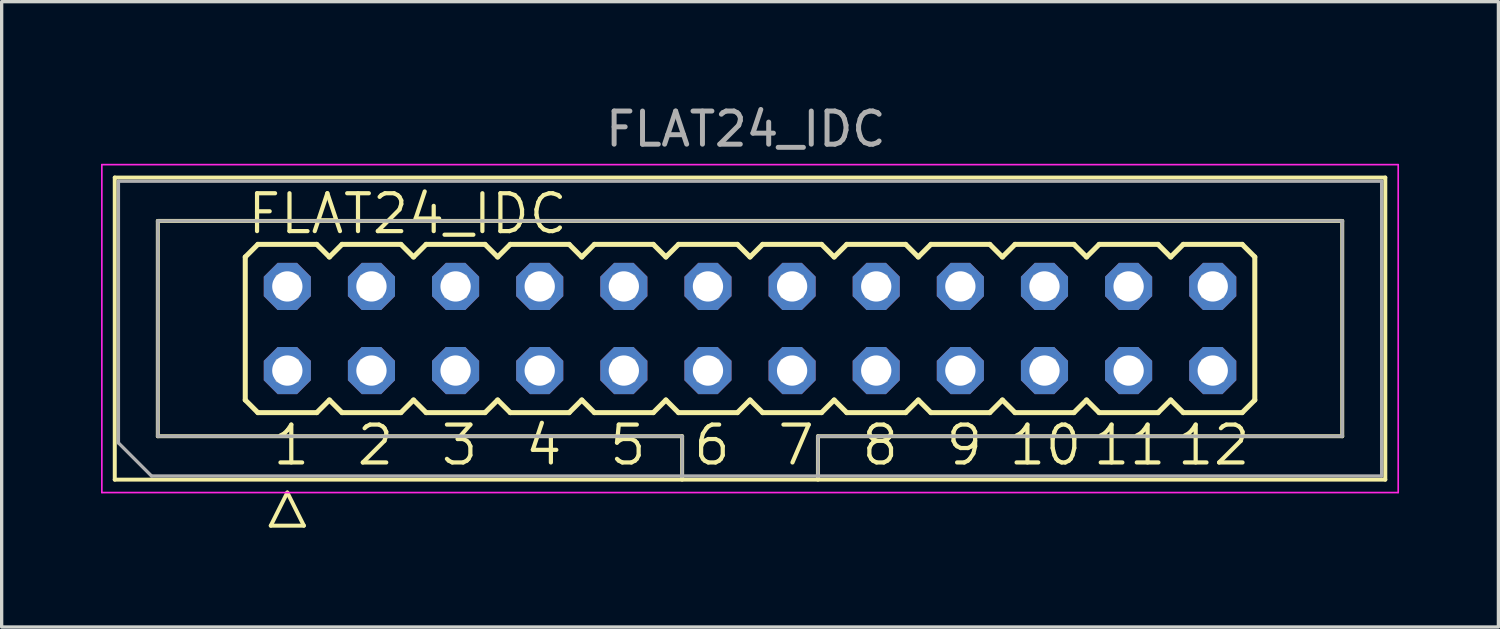
<source format=kicad_pcb>
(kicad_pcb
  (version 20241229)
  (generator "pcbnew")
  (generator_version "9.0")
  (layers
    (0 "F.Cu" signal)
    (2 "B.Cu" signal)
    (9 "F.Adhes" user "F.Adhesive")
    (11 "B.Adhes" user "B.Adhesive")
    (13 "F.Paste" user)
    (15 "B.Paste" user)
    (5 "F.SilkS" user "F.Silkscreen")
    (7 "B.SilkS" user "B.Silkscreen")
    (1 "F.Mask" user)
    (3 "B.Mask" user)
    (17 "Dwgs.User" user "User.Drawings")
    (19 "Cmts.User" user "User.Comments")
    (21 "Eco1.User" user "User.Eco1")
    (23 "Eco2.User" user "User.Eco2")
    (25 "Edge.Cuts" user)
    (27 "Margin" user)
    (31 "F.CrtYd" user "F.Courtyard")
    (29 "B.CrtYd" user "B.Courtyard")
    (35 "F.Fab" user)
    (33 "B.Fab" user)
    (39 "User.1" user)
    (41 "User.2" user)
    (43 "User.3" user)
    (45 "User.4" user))
  (footprint "FLAT24_IDC"
    (layer "F.Cu")
    (at 19.595 6.868)
    (property "Reference" "FLAT24_IDC" (at -15.24 -2.794 0) (unlocked yes) (layer "F.SilkS") (effects (font (size 1.143 1.143) (thickness 0.127)) (justify left bottom)))
    (fp_line (start -19.18 -4.557) (end 19.18 -4.557) (stroke (width 0.12) (type solid)) (layer "F.SilkS"))
    (fp_line (start -19.18 4.563) (end -19.18 -4.557) (stroke (width 0.12) (type solid)) (layer "F.SilkS"))
    (fp_line (start -17.88 -3.247) (end 17.88 -3.247) (stroke (width 0.12) (type solid)) (layer "F.SilkS"))
    (fp_line (start -17.88 3.253) (end -17.88 -3.247) (stroke (width 0.12) (type solid)) (layer "F.SilkS"))
    (fp_line (start -15.24 -2.159) (end -14.859 -2.54) (stroke (width 0.152) (type solid)) (layer "F.SilkS"))
    (fp_line (start -15.24 2.159) (end -15.24 -2.159) (stroke (width 0.152) (type solid)) (layer "F.SilkS"))
    (fp_line (start -15.24 2.159) (end -14.859 2.54) (stroke (width 0.152) (type solid)) (layer "F.SilkS"))
    (fp_line (start -14.859 -2.54) (end -13.081 -2.54) (stroke (width 0.152) (type solid)) (layer "F.SilkS"))
    (fp_line (start -14.859 2.54) (end -13.081 2.54) (stroke (width 0.152) (type solid)) (layer "F.SilkS"))
    (fp_line (start -14.47 5.953) (end -13.47 5.953) (stroke (width 0.12) (type solid)) (layer "F.SilkS"))
    (fp_line (start -13.97 4.953) (end -14.47 5.953) (stroke (width 0.12) (type solid)) (layer "F.SilkS"))
    (fp_line (start -13.47 5.953) (end -13.97 4.953) (stroke (width 0.12) (type solid)) (layer "F.SilkS"))
    (fp_line (start -13.081 -2.54) (end -12.7 -2.159) (stroke (width 0.152) (type solid)) (layer "F.SilkS"))
    (fp_line (start -12.7 -2.159) (end -12.319 -2.54) (stroke (width 0.152) (type solid)) (layer "F.SilkS"))
    (fp_line (start -12.7 2.159) (end -13.081 2.54) (stroke (width 0.152) (type solid)) (layer "F.SilkS"))
    (fp_line (start -12.7 2.159) (end -12.319 2.54) (stroke (width 0.152) (type solid)) (layer "F.SilkS"))
    (fp_line (start -12.319 -2.54) (end -10.541 -2.54) (stroke (width 0.152) (type solid)) (layer "F.SilkS"))
    (fp_line (start -10.541 2.54) (end -12.319 2.54) (stroke (width 0.152) (type solid)) (layer "F.SilkS"))
    (fp_line (start -10.16 -2.159) (end -10.541 -2.54) (stroke (width 0.152) (type solid)) (layer "F.SilkS"))
    (fp_line (start -10.16 -2.159) (end -9.779 -2.54) (stroke (width 0.152) (type solid)) (layer "F.SilkS"))
    (fp_line (start -10.16 2.159) (end -10.541 2.54) (stroke (width 0.152) (type solid)) (layer "F.SilkS"))
    (fp_line (start -10.16 2.159) (end -9.779 2.54) (stroke (width 0.152) (type solid)) (layer "F.SilkS"))
    (fp_line (start -9.779 -2.54) (end -8.001 -2.54) (stroke (width 0.152) (type solid)) (layer "F.SilkS"))
    (fp_line (start -8.001 2.54) (end -9.779 2.54) (stroke (width 0.152) (type solid)) (layer "F.SilkS"))
    (fp_line (start -8.001 2.54) (end -7.62 2.159) (stroke (width 0.152) (type solid)) (layer "F.SilkS"))
    (fp_line (start -7.62 -2.159) (end -8.001 -2.54) (stroke (width 0.152) (type solid)) (layer "F.SilkS"))
    (fp_line (start -7.62 -2.159) (end -7.239 -2.54) (stroke (width 0.152) (type solid)) (layer "F.SilkS"))
    (fp_line (start -7.62 2.159) (end -7.239 2.54) (stroke (width 0.152) (type solid)) (layer "F.SilkS"))
    (fp_line (start -7.239 -2.54) (end -5.461 -2.54) (stroke (width 0.152) (type solid)) (layer "F.SilkS"))
    (fp_line (start -5.461 2.54) (end -7.239 2.54) (stroke (width 0.152) (type solid)) (layer "F.SilkS"))
    (fp_line (start -5.461 2.54) (end -5.08 2.159) (stroke (width 0.152) (type solid)) (layer "F.SilkS"))
    (fp_line (start -5.08 -2.159) (end -5.461 -2.54) (stroke (width 0.152) (type solid)) (layer "F.SilkS"))
    (fp_line (start -5.08 -2.159) (end -4.699 -2.54) (stroke (width 0.152) (type solid)) (layer "F.SilkS"))
    (fp_line (start -5.08 2.159) (end -4.699 2.54) (stroke (width 0.152) (type solid)) (layer "F.SilkS"))
    (fp_line (start -4.699 -2.54) (end -2.921 -2.54) (stroke (width 0.152) (type solid)) (layer "F.SilkS"))
    (fp_line (start -2.921 2.54) (end -4.699 2.54) (stroke (width 0.152) (type solid)) (layer "F.SilkS"))
    (fp_line (start -2.921 2.54) (end -2.54 2.159) (stroke (width 0.152) (type solid)) (layer "F.SilkS"))
    (fp_line (start -2.54 -2.159) (end -2.921 -2.54) (stroke (width 0.152) (type solid)) (layer "F.SilkS"))
    (fp_line (start -2.54 -2.159) (end -2.159 -2.54) (stroke (width 0.152) (type solid)) (layer "F.SilkS"))
    (fp_line (start -2.54 2.159) (end -2.159 2.54) (stroke (width 0.152) (type solid)) (layer "F.SilkS"))
    (fp_line (start -2.159 -2.54) (end -0.381 -2.54) (stroke (width 0.152) (type solid)) (layer "F.SilkS"))
    (fp_line (start -2.05 3.253) (end -17.88 3.253) (stroke (width 0.12) (type solid)) (layer "F.SilkS"))
    (fp_line (start -2.05 4.563) (end -2.05 3.253) (stroke (width 0.12) (type solid)) (layer "F.SilkS"))
    (fp_line (start -0.381 2.54) (end -2.159 2.54) (stroke (width 0.152) (type solid)) (layer "F.SilkS"))
    (fp_line (start -0.381 2.54) (end 0 2.159) (stroke (width 0.152) (type solid)) (layer "F.SilkS"))
    (fp_line (start 0 -2.159) (end -0.381 -2.54) (stroke (width 0.152) (type solid)) (layer "F.SilkS"))
    (fp_line (start 0 -2.159) (end 0.381 -2.54) (stroke (width 0.152) (type solid)) (layer "F.SilkS"))
    (fp_line (start 0 2.159) (end 0.381 2.54) (stroke (width 0.152) (type solid)) (layer "F.SilkS"))
    (fp_line (start 0.381 -2.54) (end 2.159 -2.54) (stroke (width 0.152) (type solid)) (layer "F.SilkS"))
    (fp_line (start 2.05 3.253) (end 2.05 4.563) (stroke (width 0.12) (type solid)) (layer "F.SilkS"))
    (fp_line (start 2.159 2.54) (end 0.381 2.54) (stroke (width 0.152) (type solid)) (layer "F.SilkS"))
    (fp_line (start 2.159 2.54) (end 2.54 2.159) (stroke (width 0.152) (type solid)) (layer "F.SilkS"))
    (fp_line (start 2.54 -2.159) (end 2.159 -2.54) (stroke (width 0.152) (type solid)) (layer "F.SilkS"))
    (fp_line (start 2.54 -2.159) (end 2.921 -2.54) (stroke (width 0.152) (type solid)) (layer "F.SilkS"))
    (fp_line (start 2.54 2.159) (end 2.921 2.54) (stroke (width 0.152) (type solid)) (layer "F.SilkS"))
    (fp_line (start 2.921 -2.54) (end 4.699 -2.54) (stroke (width 0.152) (type solid)) (layer "F.SilkS"))
    (fp_line (start 4.699 2.54) (end 2.921 2.54) (stroke (width 0.152) (type solid)) (layer "F.SilkS"))
    (fp_line (start 4.699 2.54) (end 5.08 2.159) (stroke (width 0.152) (type solid)) (layer "F.SilkS"))
    (fp_line (start 5.08 -2.159) (end 4.699 -2.54) (stroke (width 0.152) (type solid)) (layer "F.SilkS"))
    (fp_line (start 5.08 -2.159) (end 5.461 -2.54) (stroke (width 0.152) (type solid)) (layer "F.SilkS"))
    (fp_line (start 5.08 2.159) (end 5.461 2.54) (stroke (width 0.152) (type solid)) (layer "F.SilkS"))
    (fp_line (start 5.461 -2.54) (end 7.239 -2.54) (stroke (width 0.152) (type solid)) (layer "F.SilkS"))
    (fp_line (start 7.239 2.54) (end 5.461 2.54) (stroke (width 0.152) (type solid)) (layer "F.SilkS"))
    (fp_line (start 7.239 2.54) (end 7.62 2.159) (stroke (width 0.152) (type solid)) (layer "F.SilkS"))
    (fp_line (start 7.62 -2.159) (end 7.239 -2.54) (stroke (width 0.152) (type solid)) (layer "F.SilkS"))
    (fp_line (start 7.62 -2.159) (end 8.001 -2.54) (stroke (width 0.152) (type solid)) (layer "F.SilkS"))
    (fp_line (start 7.62 2.159) (end 8.001 2.54) (stroke (width 0.152) (type solid)) (layer "F.SilkS"))
    (fp_line (start 8.001 -2.54) (end 9.779 -2.54) (stroke (width 0.152) (type solid)) (layer "F.SilkS"))
    (fp_line (start 9.779 2.54) (end 8.001 2.54) (stroke (width 0.152) (type solid)) (layer "F.SilkS"))
    (fp_line (start 9.779 2.54) (end 10.16 2.159) (stroke (width 0.152) (type solid)) (layer "F.SilkS"))
    (fp_line (start 10.16 -2.159) (end 9.779 -2.54) (stroke (width 0.152) (type solid)) (layer "F.SilkS"))
    (fp_line (start 10.16 -2.159) (end 10.541 -2.54) (stroke (width 0.152) (type solid)) (layer "F.SilkS"))
    (fp_line (start 10.16 2.159) (end 10.541 2.54) (stroke (width 0.152) (type solid)) (layer "F.SilkS"))
    (fp_line (start 10.541 -2.54) (end 12.319 -2.54) (stroke (width 0.152) (type solid)) (layer "F.SilkS"))
    (fp_line (start 12.319 2.54) (end 10.541 2.54) (stroke (width 0.152) (type solid)) (layer "F.SilkS"))
    (fp_line (start 12.319 2.54) (end 12.7 2.159) (stroke (width 0.152) (type solid)) (layer "F.SilkS"))
    (fp_line (start 12.7 -2.159) (end 12.319 -2.54) (stroke (width 0.152) (type solid)) (layer "F.SilkS"))
    (fp_line (start 12.7 -2.159) (end 13.081 -2.54) (stroke (width 0.152) (type solid)) (layer "F.SilkS"))
    (fp_line (start 12.7 2.159) (end 13.081 2.54) (stroke (width 0.152) (type solid)) (layer "F.SilkS"))
    (fp_line (start 13.081 -2.54) (end 14.859 -2.54) (stroke (width 0.152) (type solid)) (layer "F.SilkS"))
    (fp_line (start 14.859 2.54) (end 13.081 2.54) (stroke (width 0.152) (type solid)) (layer "F.SilkS"))
    (fp_line (start 14.859 2.54) (end 15.24 2.159) (stroke (width 0.152) (type solid)) (layer "F.SilkS"))
    (fp_line (start 15.24 -2.159) (end 14.859 -2.54) (stroke (width 0.152) (type solid)) (layer "F.SilkS"))
    (fp_line (start 15.24 2.159) (end 15.24 -2.159) (stroke (width 0.152) (type solid)) (layer "F.SilkS"))
    (fp_line (start 17.88 -3.247) (end 17.88 3.253) (stroke (width 0.12) (type solid)) (layer "F.SilkS"))
    (fp_line (start 17.88 3.253) (end 2.05 3.253) (stroke (width 0.12) (type solid)) (layer "F.SilkS"))
    (fp_line (start 19.18 -4.557) (end 19.18 4.563) (stroke (width 0.12) (type solid)) (layer "F.SilkS"))
    (fp_line (start 19.18 4.563) (end -19.18 4.563) (stroke (width 0.12) (type solid)) (layer "F.SilkS"))
    (fp_line (start -19.57 -4.947) (end -19.57 4.953) (stroke (width 0.05) (type solid)) (layer "F.CrtYd"))
    (fp_line (start -19.57 4.953) (end 19.57 4.953) (stroke (width 0.05) (type solid)) (layer "F.CrtYd"))
    (fp_line (start 19.57 -4.947) (end -19.57 -4.947) (stroke (width 0.05) (type solid)) (layer "F.CrtYd"))
    (fp_line (start 19.57 4.953) (end 19.57 -4.947) (stroke (width 0.05) (type solid)) (layer "F.CrtYd"))
    (fp_line (start -19.07 -4.447) (end 19.07 -4.447) (stroke (width 0.1) (type solid)) (layer "F.Fab"))
    (fp_line (start -19.07 3.453) (end -19.07 -4.447) (stroke (width 0.1) (type solid)) (layer "F.Fab"))
    (fp_line (start -18.07 4.453) (end -19.07 3.453) (stroke (width 0.1) (type solid)) (layer "F.Fab"))
    (fp_line (start -17.88 -3.247) (end 17.88 -3.247) (stroke (width 0.1) (type solid)) (layer "F.Fab"))
    (fp_line (start -17.88 3.253) (end -17.88 -3.247) (stroke (width 0.1) (type solid)) (layer "F.Fab"))
    (fp_line (start -2.05 3.253) (end -17.88 3.253) (stroke (width 0.1) (type solid)) (layer "F.Fab"))
    (fp_line (start -2.05 4.453) (end -2.05 3.253) (stroke (width 0.1) (type solid)) (layer "F.Fab"))
    (fp_line (start 2.05 3.253) (end 2.05 4.453) (stroke (width 0.1) (type solid)) (layer "F.Fab"))
    (fp_line (start 17.88 -3.247) (end 17.88 3.253) (stroke (width 0.1) (type solid)) (layer "F.Fab"))
    (fp_line (start 17.88 3.253) (end 2.05 3.253) (stroke (width 0.1) (type solid)) (layer "F.Fab"))
    (fp_line (start 19.07 -4.447) (end 19.07 4.453) (stroke (width 0.1) (type solid)) (layer "F.Fab"))
    (fp_line (start 19.07 4.453) (end -18.07 4.453) (stroke (width 0.1) (type solid)) (layer "F.Fab"))
    (fp_poly (pts (xy -14.275 -0.965) (xy -13.665 -0.965) (xy -13.665 -1.575) (xy -14.275 -1.575)) (stroke (width 0.1) (type default)) (fill no) (layer "F.Fab"))
    (fp_poly (pts (xy -14.275 1.575) (xy -13.665 1.575) (xy -13.665 0.965) (xy -14.275 0.965)) (stroke (width 0.1) (type default)) (fill no) (layer "F.Fab"))
    (fp_poly (pts (xy -11.735 -0.965) (xy -11.125 -0.965) (xy -11.125 -1.575) (xy -11.735 -1.575)) (stroke (width 0.1) (type default)) (fill no) (layer "F.Fab"))
    (fp_poly (pts (xy -11.735 1.575) (xy -11.125 1.575) (xy -11.125 0.965) (xy -11.735 0.965)) (stroke (width 0.1) (type default)) (fill no) (layer "F.Fab"))
    (fp_poly (pts (xy -9.195 -0.965) (xy -8.585 -0.965) (xy -8.585 -1.575) (xy -9.195 -1.575)) (stroke (width 0.1) (type default)) (fill no) (layer "F.Fab"))
    (fp_poly (pts (xy -9.195 1.575) (xy -8.585 1.575) (xy -8.585 0.965) (xy -9.195 0.965)) (stroke (width 0.1) (type default)) (fill no) (layer "F.Fab"))
    (fp_poly (pts (xy -6.655 -0.965) (xy -6.045 -0.965) (xy -6.045 -1.575) (xy -6.655 -1.575)) (stroke (width 0.1) (type default)) (fill no) (layer "F.Fab"))
    (fp_poly (pts (xy -6.655 1.575) (xy -6.045 1.575) (xy -6.045 0.965) (xy -6.655 0.965)) (stroke (width 0.1) (type default)) (fill no) (layer "F.Fab"))
    (fp_poly (pts (xy -4.115 -0.965) (xy -3.505 -0.965) (xy -3.505 -1.575) (xy -4.115 -1.575)) (stroke (width 0.1) (type default)) (fill no) (layer "F.Fab"))
    (fp_poly (pts (xy -4.115 1.575) (xy -3.505 1.575) (xy -3.505 0.965) (xy -4.115 0.965)) (stroke (width 0.1) (type default)) (fill no) (layer "F.Fab"))
    (fp_poly (pts (xy -1.575 -0.965) (xy -0.965 -0.965) (xy -0.965 -1.575) (xy -1.575 -1.575)) (stroke (width 0.1) (type default)) (fill no) (layer "F.Fab"))
    (fp_poly (pts (xy -1.575 1.575) (xy -0.965 1.575) (xy -0.965 0.965) (xy -1.575 0.965)) (stroke (width 0.1) (type default)) (fill no) (layer "F.Fab"))
    (fp_poly (pts (xy 0.965 -0.965) (xy 1.575 -0.965) (xy 1.575 -1.575) (xy 0.965 -1.575)) (stroke (width 0.1) (type default)) (fill no) (layer "F.Fab"))
    (fp_poly (pts (xy 0.965 1.575) (xy 1.575 1.575) (xy 1.575 0.965) (xy 0.965 0.965)) (stroke (width 0.1) (type default)) (fill no) (layer "F.Fab"))
    (fp_poly (pts (xy 3.505 -0.965) (xy 4.115 -0.965) (xy 4.115 -1.575) (xy 3.505 -1.575)) (stroke (width 0.1) (type default)) (fill no) (layer "F.Fab"))
    (fp_poly (pts (xy 3.505 1.575) (xy 4.115 1.575) (xy 4.115 0.965) (xy 3.505 0.965)) (stroke (width 0.1) (type default)) (fill no) (layer "F.Fab"))
    (fp_poly (pts (xy 6.045 -0.965) (xy 6.655 -0.965) (xy 6.655 -1.575) (xy 6.045 -1.575)) (stroke (width 0.1) (type default)) (fill no) (layer "F.Fab"))
    (fp_poly (pts (xy 6.045 1.575) (xy 6.655 1.575) (xy 6.655 0.965) (xy 6.045 0.965)) (stroke (width 0.1) (type default)) (fill no) (layer "F.Fab"))
    (fp_poly (pts (xy 8.585 -0.965) (xy 9.195 -0.965) (xy 9.195 -1.575) (xy 8.585 -1.575)) (stroke (width 0.1) (type default)) (fill no) (layer "F.Fab"))
    (fp_poly (pts (xy 8.585 1.575) (xy 9.195 1.575) (xy 9.195 0.965) (xy 8.585 0.965)) (stroke (width 0.1) (type default)) (fill no) (layer "F.Fab"))
    (fp_poly (pts (xy 11.125 -0.965) (xy 11.735 -0.965) (xy 11.735 -1.575) (xy 11.125 -1.575)) (stroke (width 0.1) (type default)) (fill no) (layer "F.Fab"))
    (fp_poly (pts (xy 11.125 1.575) (xy 11.735 1.575) (xy 11.735 0.965) (xy 11.125 0.965)) (stroke (width 0.1) (type default)) (fill no) (layer "F.Fab"))
    (fp_poly (pts (xy 13.665 -0.965) (xy 14.275 -0.965) (xy 14.275 -1.575) (xy 13.665 -1.575)) (stroke (width 0.1) (type default)) (fill no) (layer "F.Fab"))
    (fp_poly (pts (xy 13.665 1.575) (xy 14.275 1.575) (xy 14.275 0.965) (xy 13.665 0.965)) (stroke (width 0.1) (type default)) (fill no) (layer "F.Fab"))
    (fp_text user "10" (at 7.747 4.191 0) (unlocked yes) (layer "F.SilkS") (effects (font (size 1.143 1.143) (thickness 0.127)) (justify left bottom)))
    (fp_text user "1" (at -14.478 4.191 0) (unlocked yes) (layer "F.SilkS") (effects (font (size 1.143 1.143) (thickness 0.127)) (justify left bottom)))
    (fp_text user "2" (at -11.938 4.191 0) (unlocked yes) (layer "F.SilkS") (effects (font (size 1.143 1.143) (thickness 0.127)) (justify left bottom)))
    (fp_text user "7" (at 0.762 4.191 0) (unlocked yes) (layer "F.SilkS") (effects (font (size 1.143 1.143) (thickness 0.127)) (justify left bottom)))
    (fp_text user "4" (at -6.858 4.191 0) (unlocked yes) (layer "F.SilkS") (effects (font (size 1.143 1.143) (thickness 0.127)) (justify left bottom)))
    (fp_text user "3" (at -9.398 4.191 0) (unlocked yes) (layer "F.SilkS") (effects (font (size 1.143 1.143) (thickness 0.127)) (justify left bottom)))
    (fp_text user "5" (at -4.318 4.191 0) (unlocked yes) (layer "F.SilkS") (effects (font (size 1.143 1.143) (thickness 0.127)) (justify left bottom)))
    (fp_text user "9" (at 5.842 4.191 0) (unlocked yes) (layer "F.SilkS") (effects (font (size 1.143 1.143) (thickness 0.127)) (justify left bottom)))
    (fp_text user "8" (at 3.302 4.191 0) (unlocked yes) (layer "F.SilkS") (effects (font (size 1.143 1.143) (thickness 0.127)) (justify left bottom)))
    (fp_text user "12" (at 12.827 4.191 0) (unlocked yes) (layer "F.SilkS") (effects (font (size 1.143 1.143) (thickness 0.127)) (justify left bottom)))
    (fp_text user "11" (at 10.287 4.191 0) (unlocked yes) (layer "F.SilkS") (effects (font (size 1.143 1.143) (thickness 0.127)) (justify left bottom)))
    (fp_text user "6" (at -1.778 4.191 0) (unlocked yes) (layer "F.SilkS") (effects (font (size 1.143 1.143) (thickness 0.127)) (justify left bottom)))
    (fp_text user "${REFERENCE}" (at -0.127 -6.02 180) (layer "F.Fab") (effects (font (size 1 1) (thickness 0.15))))
    (pad "1" thru_hole roundrect (at -13.97 1.27) (size 1.422 1.422) (drill 0.914) (layers "*.Cu" "*.Mask") (roundrect_rratio 0.25) (chamfer_ratio 0.293) (chamfer top_left top_right bottom_left bottom_right))
    (pad "2" thru_hole roundrect (at -11.43 1.27) (size 1.422 1.422) (drill 0.914) (layers "*.Cu" "*.Mask") (roundrect_rratio 0.25) (chamfer_ratio 0.293) (chamfer top_left top_right bottom_left bottom_right))
    (pad "3" thru_hole roundrect (at -8.89 1.27) (size 1.422 1.422) (drill 0.914) (layers "*.Cu" "*.Mask") (roundrect_rratio 0.25) (chamfer_ratio 0.293) (chamfer top_left top_right bottom_left bottom_right))
    (pad "4" thru_hole roundrect (at -6.35 1.27) (size 1.422 1.422) (drill 0.914) (layers "*.Cu" "*.Mask") (roundrect_rratio 0.25) (chamfer_ratio 0.293) (chamfer top_left top_right bottom_left bottom_right))
    (pad "5" thru_hole roundrect (at -3.81 1.27) (size 1.422 1.422) (drill 0.914) (layers "*.Cu" "*.Mask") (roundrect_rratio 0.25) (chamfer_ratio 0.293) (chamfer top_left top_right bottom_left bottom_right))
    (pad "6" thru_hole roundrect (at -1.27 1.27) (size 1.422 1.422) (drill 0.914) (layers "*.Cu" "*.Mask") (roundrect_rratio 0.25) (chamfer_ratio 0.293) (chamfer top_left top_right bottom_left bottom_right))
    (pad "7" thru_hole roundrect (at 1.27 1.27) (size 1.422 1.422) (drill 0.914) (layers "*.Cu" "*.Mask") (roundrect_rratio 0.25) (chamfer_ratio 0.293) (chamfer top_left top_right bottom_left bottom_right))
    (pad "8" thru_hole roundrect (at 3.81 1.27) (size 1.422 1.422) (drill 0.914) (layers "*.Cu" "*.Mask") (roundrect_rratio 0.25) (chamfer_ratio 0.293) (chamfer top_left top_right bottom_left bottom_right))
    (pad "9" thru_hole roundrect (at 6.35 1.27) (size 1.422 1.422) (drill 0.914) (layers "*.Cu" "*.Mask") (roundrect_rratio 0.25) (chamfer_ratio 0.293) (chamfer top_left top_right bottom_left bottom_right))
    (pad "10" thru_hole roundrect (at 8.89 1.27) (size 1.422 1.422) (drill 0.914) (layers "*.Cu" "*.Mask") (roundrect_rratio 0.25) (chamfer_ratio 0.293) (chamfer top_left top_right bottom_left bottom_right))
    (pad "11" thru_hole roundrect (at 11.43 1.27) (size 1.422 1.422) (drill 0.914) (layers "*.Cu" "*.Mask") (roundrect_rratio 0.25) (chamfer_ratio 0.293) (chamfer top_left top_right bottom_left bottom_right))
    (pad "12" thru_hole roundrect (at 13.97 1.27) (size 1.422 1.422) (drill 0.914) (layers "*.Cu" "*.Mask") (roundrect_rratio 0.25) (chamfer_ratio 0.293) (chamfer top_left top_right bottom_left bottom_right))
    (pad "A" thru_hole roundrect (at -13.97 -1.27) (size 1.422 1.422) (drill 0.914) (layers "*.Cu" "*.Mask") (roundrect_rratio 0.25) (chamfer_ratio 0.293) (chamfer top_left top_right bottom_left bottom_right))
    (pad "B" thru_hole roundrect (at -11.43 -1.27) (size 1.422 1.422) (drill 0.914) (layers "*.Cu" "*.Mask") (roundrect_rratio 0.25) (chamfer_ratio 0.293) (chamfer top_left top_right bottom_left bottom_right))
    (pad "C" thru_hole roundrect (at -8.89 -1.27) (size 1.422 1.422) (drill 0.914) (layers "*.Cu" "*.Mask") (roundrect_rratio 0.25) (chamfer_ratio 0.293) (chamfer top_left top_right bottom_left bottom_right))
    (pad "D" thru_hole roundrect (at -6.35 -1.27) (size 1.422 1.422) (drill 0.914) (layers "*.Cu" "*.Mask") (roundrect_rratio 0.25) (chamfer_ratio 0.293) (chamfer top_left top_right bottom_left bottom_right))
    (pad "E" thru_hole roundrect (at -3.81 -1.27) (size 1.422 1.422) (drill 0.914) (layers "*.Cu" "*.Mask") (roundrect_rratio 0.25) (chamfer_ratio 0.293) (chamfer top_left top_right bottom_left bottom_right))
    (pad "F" thru_hole roundrect (at -1.27 -1.27) (size 1.422 1.422) (drill 0.914) (layers "*.Cu" "*.Mask") (roundrect_rratio 0.25) (chamfer_ratio 0.293) (chamfer top_left top_right bottom_left bottom_right))
    (pad "H" thru_hole roundrect (at 1.27 -1.27) (size 1.422 1.422) (drill 0.914) (layers "*.Cu" "*.Mask") (roundrect_rratio 0.25) (chamfer_ratio 0.293) (chamfer top_left top_right bottom_left bottom_right))
    (pad "J" thru_hole roundrect (at 3.81 -1.27) (size 1.422 1.422) (drill 0.914) (layers "*.Cu" "*.Mask") (roundrect_rratio 0.25) (chamfer_ratio 0.293) (chamfer top_left top_right bottom_left bottom_right))
    (pad "K" thru_hole roundrect (at 6.35 -1.27) (size 1.422 1.422) (drill 0.914) (layers "*.Cu" "*.Mask") (roundrect_rratio 0.25) (chamfer_ratio 0.293) (chamfer top_left top_right bottom_left bottom_right))
    (pad "L" thru_hole roundrect (at 8.89 -1.27) (size 1.422 1.422) (drill 0.914) (layers "*.Cu" "*.Mask") (roundrect_rratio 0.25) (chamfer_ratio 0.293) (chamfer top_left top_right bottom_left bottom_right))
    (pad "M" thru_hole roundrect (at 11.43 -1.27) (size 1.422 1.422) (drill 0.914) (layers "*.Cu" "*.Mask") (roundrect_rratio 0.25) (chamfer_ratio 0.293) (chamfer top_left top_right bottom_left bottom_right))
    (pad "N" thru_hole roundrect (at 13.97 -1.27) (size 1.422 1.422) (drill 0.914) (layers "*.Cu" "*.Mask") (roundrect_rratio 0.25) (chamfer_ratio 0.293) (chamfer top_left top_right bottom_left bottom_right)))
  (gr_rect
    (start -3 -3)
    (end 42.19 15.881)
    (stroke (width 0.1) (type default))
    (fill no)
    (layer "Edge.Cuts")))
</source>
